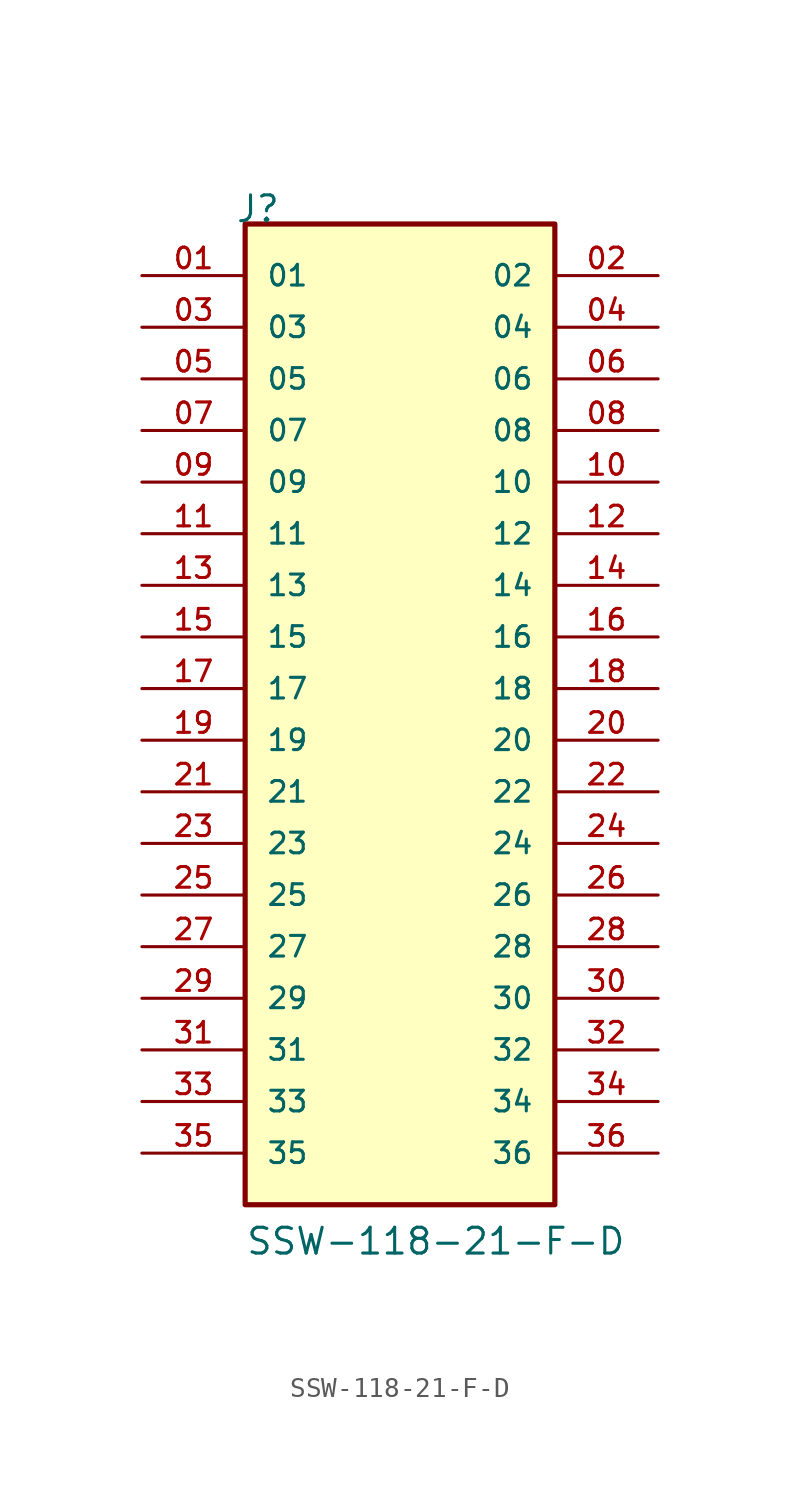
<source format=kicad_sym>
(kicad_symbol_lib
  (version 20211014)
  (generator kicad_symbol_editor)
  (symbol "SSW-118-21-F-D"
    (pin_names
      (offset 1.016))
    (property "Reference" "J"
      (at -8.12 25.4 0)
      (effects (font (size 1.27 1.27)) (justify bottom left)))
    (property "Value" "SSW-118-21-F-D"
      (at -7.62 -25.4 0)
      (effects (font (size 1.27 1.27)) (justify bottom left)))
    (symbol "SSW-118-21-F-D_0_0"
      (rectangle (start -7.62 -22.86) (end 7.62 25.4) (stroke (width 0.254)) (fill (type background)))
      (pin passive line (at -12.7 22.86 0) (length 5.08) (name "01" (effects (font (size 1.016 1.016)))) (number "01" (effects (font (size 1.016 1.016)))))
      (pin passive line (at 12.7 22.86 180.0) (length 5.08) (name "02" (effects (font (size 1.016 1.016)))) (number "02" (effects (font (size 1.016 1.016)))))
      (pin passive line (at -12.7 20.32 0) (length 5.08) (name "03" (effects (font (size 1.016 1.016)))) (number "03" (effects (font (size 1.016 1.016)))))
      (pin passive line (at 12.7 20.32 180.0) (length 5.08) (name "04" (effects (font (size 1.016 1.016)))) (number "04" (effects (font (size 1.016 1.016)))))
      (pin passive line (at -12.7 17.78 0) (length 5.08) (name "05" (effects (font (size 1.016 1.016)))) (number "05" (effects (font (size 1.016 1.016)))))
      (pin passive line (at 12.7 17.78 180.0) (length 5.08) (name "06" (effects (font (size 1.016 1.016)))) (number "06" (effects (font (size 1.016 1.016)))))
      (pin passive line (at -12.7 15.24 0) (length 5.08) (name "07" (effects (font (size 1.016 1.016)))) (number "07" (effects (font (size 1.016 1.016)))))
      (pin passive line (at 12.7 15.24 180.0) (length 5.08) (name "08" (effects (font (size 1.016 1.016)))) (number "08" (effects (font (size 1.016 1.016)))))
      (pin passive line (at -12.7 12.7 0) (length 5.08) (name "09" (effects (font (size 1.016 1.016)))) (number "09" (effects (font (size 1.016 1.016)))))
      (pin passive line (at 12.7 12.7 180.0) (length 5.08) (name "10" (effects (font (size 1.016 1.016)))) (number "10" (effects (font (size 1.016 1.016)))))
      (pin passive line (at -12.7 10.16 0) (length 5.08) (name "11" (effects (font (size 1.016 1.016)))) (number "11" (effects (font (size 1.016 1.016)))))
      (pin passive line (at 12.7 10.16 180.0) (length 5.08) (name "12" (effects (font (size 1.016 1.016)))) (number "12" (effects (font (size 1.016 1.016)))))
      (pin passive line (at -12.7 7.62 0) (length 5.08) (name "13" (effects (font (size 1.016 1.016)))) (number "13" (effects (font (size 1.016 1.016)))))
      (pin passive line (at 12.7 7.62 180.0) (length 5.08) (name "14" (effects (font (size 1.016 1.016)))) (number "14" (effects (font (size 1.016 1.016)))))
      (pin passive line (at -12.7 5.08 0) (length 5.08) (name "15" (effects (font (size 1.016 1.016)))) (number "15" (effects (font (size 1.016 1.016)))))
      (pin passive line (at 12.7 5.08 180.0) (length 5.08) (name "16" (effects (font (size 1.016 1.016)))) (number "16" (effects (font (size 1.016 1.016)))))
      (pin passive line (at -12.7 2.54 0) (length 5.08) (name "17" (effects (font (size 1.016 1.016)))) (number "17" (effects (font (size 1.016 1.016)))))
      (pin passive line (at 12.7 2.54 180.0) (length 5.08) (name "18" (effects (font (size 1.016 1.016)))) (number "18" (effects (font (size 1.016 1.016)))))
      (pin passive line (at -12.7 0.0 0) (length 5.08) (name "19" (effects (font (size 1.016 1.016)))) (number "19" (effects (font (size 1.016 1.016)))))
      (pin passive line (at 12.7 0.0 180.0) (length 5.08) (name "20" (effects (font (size 1.016 1.016)))) (number "20" (effects (font (size 1.016 1.016)))))
      (pin passive line (at -12.7 -2.54 0) (length 5.08) (name "21" (effects (font (size 1.016 1.016)))) (number "21" (effects (font (size 1.016 1.016)))))
      (pin passive line (at 12.7 -2.54 180.0) (length 5.08) (name "22" (effects (font (size 1.016 1.016)))) (number "22" (effects (font (size 1.016 1.016)))))
      (pin passive line (at -12.7 -5.08 0) (length 5.08) (name "23" (effects (font (size 1.016 1.016)))) (number "23" (effects (font (size 1.016 1.016)))))
      (pin passive line (at 12.7 -5.08 180.0) (length 5.08) (name "24" (effects (font (size 1.016 1.016)))) (number "24" (effects (font (size 1.016 1.016)))))
      (pin passive line (at -12.7 -7.62 0) (length 5.08) (name "25" (effects (font (size 1.016 1.016)))) (number "25" (effects (font (size 1.016 1.016)))))
      (pin passive line (at 12.7 -7.62 180.0) (length 5.08) (name "26" (effects (font (size 1.016 1.016)))) (number "26" (effects (font (size 1.016 1.016)))))
      (pin passive line (at -12.7 -10.16 0) (length 5.08) (name "27" (effects (font (size 1.016 1.016)))) (number "27" (effects (font (size 1.016 1.016)))))
      (pin passive line (at 12.7 -10.16 180.0) (length 5.08) (name "28" (effects (font (size 1.016 1.016)))) (number "28" (effects (font (size 1.016 1.016)))))
      (pin passive line (at -12.7 -12.7 0) (length 5.08) (name "29" (effects (font (size 1.016 1.016)))) (number "29" (effects (font (size 1.016 1.016)))))
      (pin passive line (at 12.7 -12.7 180.0) (length 5.08) (name "30" (effects (font (size 1.016 1.016)))) (number "30" (effects (font (size 1.016 1.016)))))
      (pin passive line (at -12.7 -15.24 0) (length 5.08) (name "31" (effects (font (size 1.016 1.016)))) (number "31" (effects (font (size 1.016 1.016)))))
      (pin passive line (at 12.7 -15.24 180.0) (length 5.08) (name "32" (effects (font (size 1.016 1.016)))) (number "32" (effects (font (size 1.016 1.016)))))
      (pin passive line (at -12.7 -17.78 0) (length 5.08) (name "33" (effects (font (size 1.016 1.016)))) (number "33" (effects (font (size 1.016 1.016)))))
      (pin passive line (at 12.7 -17.78 180.0) (length 5.08) (name "34" (effects (font (size 1.016 1.016)))) (number "34" (effects (font (size 1.016 1.016)))))
      (pin passive line (at -12.7 -20.32 0) (length 5.08) (name "35" (effects (font (size 1.016 1.016)))) (number "35" (effects (font (size 1.016 1.016)))))
      (pin passive line (at 12.7 -20.32 180.0) (length 5.08) (name "36" (effects (font (size 1.016 1.016)))) (number "36" (effects (font (size 1.016 1.016))))))))
</source>
